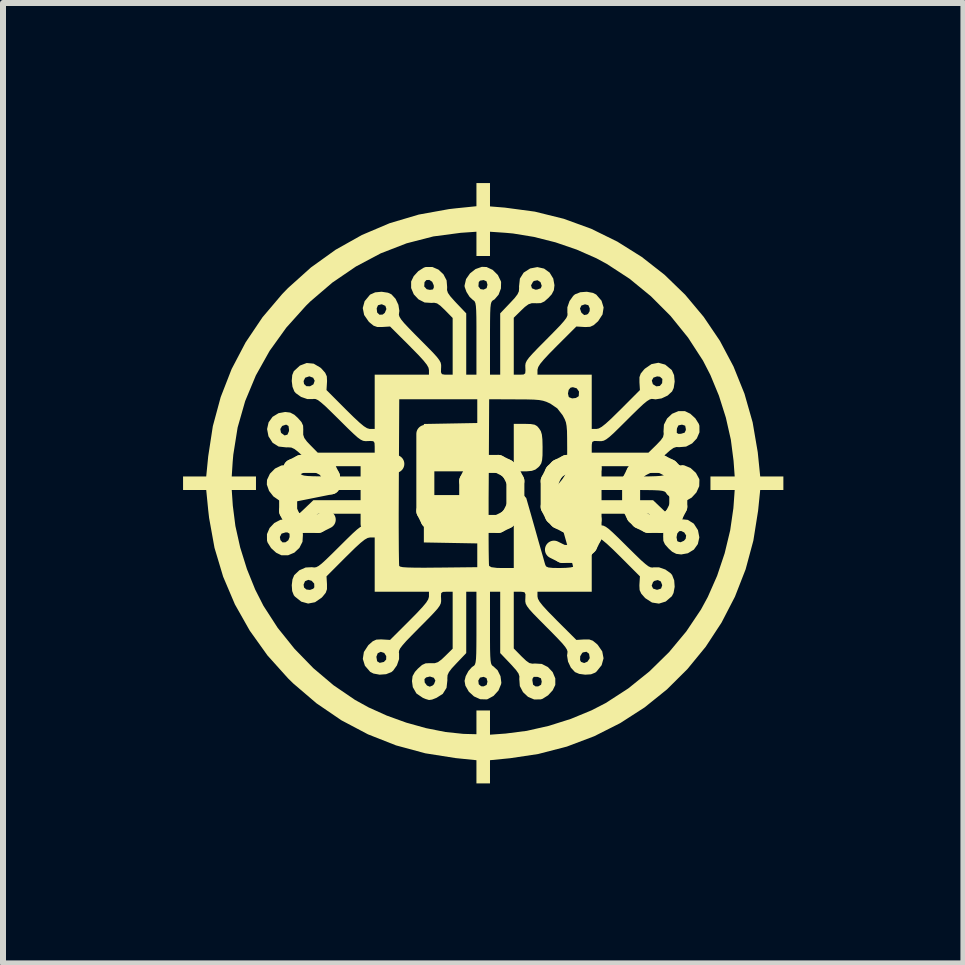
<source format=kicad_pcb>
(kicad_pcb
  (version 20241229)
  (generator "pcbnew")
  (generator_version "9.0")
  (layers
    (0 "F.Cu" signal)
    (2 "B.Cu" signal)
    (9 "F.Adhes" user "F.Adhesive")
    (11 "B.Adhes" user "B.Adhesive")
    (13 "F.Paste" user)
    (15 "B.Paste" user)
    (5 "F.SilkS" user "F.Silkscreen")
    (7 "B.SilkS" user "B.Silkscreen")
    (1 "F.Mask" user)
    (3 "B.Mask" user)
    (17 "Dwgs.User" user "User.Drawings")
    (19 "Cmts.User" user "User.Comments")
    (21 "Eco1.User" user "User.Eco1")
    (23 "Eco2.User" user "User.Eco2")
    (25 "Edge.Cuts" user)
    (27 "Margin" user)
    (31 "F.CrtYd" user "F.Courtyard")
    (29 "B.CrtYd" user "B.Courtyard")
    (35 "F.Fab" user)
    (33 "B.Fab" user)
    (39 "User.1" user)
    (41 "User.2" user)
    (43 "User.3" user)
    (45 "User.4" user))
  (footprint "erlogo"
    (layer "F.Cu")
    (at 5.001 5.001)
    (property "Reference" "erlogo" (at 0 0 0) (layer "F.SilkS") (effects (font (size 1.5 1.5) (thickness 0.3))))
    (attr board_only exclude_from_pos_files exclude_from_bom)
    (fp_poly (pts (xy 0.792 -0.986) (xy 0.856 -0.975) (xy 0.899 -0.95) (xy 0.93 -0.914) (xy 0.96 -0.868) (xy 0.977 -0.812) (xy 0.986 -0.73) (xy 0.989 -0.608) (xy 0.989 -0.588) (xy 0.988 -0.465) (xy 0.981 -0.384) (xy 0.967 -0.331) (xy 0.942 -0.291) (xy 0.92 -0.267) (xy 0.869 -0.227) (xy 0.81 -0.206) (xy 0.722 -0.198) (xy 0.679 -0.198) (xy 0.509 -0.198) (xy 0.509 -0.593) (xy 0.509 -0.989) (xy 0.69 -0.989)) (stroke (width 0) (type solid)) (fill yes) (layer "F.SilkS"))
    (fp_poly (pts (xy 0.113 -4.806) (xy 0.113 -4.612) (xy 0.36 -4.592) (xy 0.86 -4.525) (xy 1.341 -4.406) (xy 1.8 -4.239) (xy 2.235 -4.025) (xy 2.643 -3.769) (xy 3.021 -3.473) (xy 3.365 -3.14) (xy 3.673 -2.772) (xy 3.943 -2.373) (xy 4.17 -1.945) (xy 4.353 -1.491) (xy 4.489 -1.014) (xy 4.574 -0.517) (xy 4.58 -0.458) (xy 4.615 -0.113) (xy 4.808 -0.113) (xy 5.001 -0.113) (xy 5.001 0) (xy 5.001 0.113) (xy 4.808 0.113) (xy 4.615 0.113) (xy 4.58 0.458) (xy 4.501 0.956) (xy 4.372 1.435) (xy 4.194 1.891) (xy 3.971 2.322) (xy 3.707 2.725) (xy 3.402 3.097) (xy 3.062 3.435) (xy 2.688 3.736) (xy 2.283 3.997) (xy 1.851 4.215) (xy 1.394 4.388) (xy 0.915 4.512) (xy 0.448 4.582) (xy 0.113 4.615) (xy 0.113 4.808) (xy 0.113 5.001) (xy 0 5.001) (xy -0.113 5.001) (xy -0.113 4.808) (xy -0.113 4.615) (xy -0.458 4.58) (xy -0.965 4.5) (xy -1.453 4.368) (xy -1.92 4.184) (xy -2.363 3.95) (xy -2.778 3.667) (xy -3.164 3.337) (xy -3.251 3.252) (xy -3.595 2.869) (xy -3.89 2.456) (xy -4.137 2.019) (xy -4.333 1.558) (xy -4.477 1.077) (xy -4.567 0.579) (xy -4.582 0.448) (xy -4.615 0.113) (xy -4.19 0.113) (xy -4.172 0.374) (xy -4.129 0.713) (xy -4.049 1.071) (xy -3.937 1.43) (xy -3.799 1.772) (xy -3.662 2.042) (xy -3.424 2.41) (xy -3.144 2.759) (xy -2.831 3.081) (xy -2.493 3.367) (xy -2.138 3.609) (xy -1.91 3.735) (xy -1.606 3.872) (xy -1.282 3.989) (xy -0.952 4.081) (xy -0.631 4.145) (xy -0.335 4.176) (xy -0.275 4.178) (xy -0.113 4.182) (xy -0.113 3.984) (xy -0.113 3.786) (xy 0 3.786) (xy 0.113 3.786) (xy 0.113 3.988) (xy 0.113 4.19) (xy 0.374 4.171) (xy 0.725 4.126) (xy 1.092 4.043) (xy 1.459 3.927) (xy 1.805 3.784) (xy 2.042 3.662) (xy 2.417 3.419) (xy 2.771 3.134) (xy 3.096 2.815) (xy 3.384 2.469) (xy 3.628 2.105) (xy 3.742 1.895) (xy 3.897 1.543) (xy 4.023 1.167) (xy 4.115 0.785) (xy 4.168 0.417) (xy 4.172 0.366) (xy 4.19 0.113) (xy 3.988 0.113) (xy 3.786 0.113) (xy 3.786 0) (xy 3.786 -0.113) (xy 3.988 -0.113) (xy 4.19 -0.113) (xy 4.171 -0.374) (xy 4.126 -0.725) (xy 4.043 -1.092) (xy 3.927 -1.459) (xy 3.784 -1.805) (xy 3.662 -2.042) (xy 3.413 -2.426) (xy 3.122 -2.786) (xy 2.794 -3.115) (xy 2.439 -3.406) (xy 2.062 -3.652) (xy 1.885 -3.748) (xy 1.558 -3.892) (xy 1.205 -4.013) (xy 0.844 -4.104) (xy 0.496 -4.161) (xy 0.374 -4.172) (xy 0.113 -4.19) (xy 0.113 -3.988) (xy 0.113 -3.786) (xy 0 -3.786) (xy -0.113 -3.786) (xy -0.113 -3.988) (xy -0.113 -4.19) (xy -0.374 -4.172) (xy -0.83 -4.112) (xy -1.276 -3.997) (xy -1.707 -3.83) (xy -2.12 -3.611) (xy -2.513 -3.343) (xy -2.882 -3.027) (xy -2.955 -2.955) (xy -3.281 -2.592) (xy -3.559 -2.205) (xy -3.788 -1.796) (xy -3.966 -1.369) (xy -4.092 -0.928) (xy -4.164 -0.475) (xy -4.174 -0.36) (xy -4.19 -0.113) (xy -3.988 -0.113) (xy -3.786 -0.113) (xy -3.786 0) (xy -3.786 0.113) (xy -3.988 0.113) (xy -4.19 0.113) (xy -4.615 0.113) (xy -4.808 0.113) (xy -5.001 0.113) (xy -5.001 0) (xy -5.001 -0.113) (xy -4.808 -0.113) (xy -4.615 -0.113) (xy -4.582 -0.448) (xy -4.505 -0.95) (xy -4.374 -1.435) (xy -4.192 -1.902) (xy -3.959 -2.346) (xy -3.678 -2.764) (xy -3.349 -3.152) (xy -3.252 -3.252) (xy -2.87 -3.595) (xy -2.459 -3.89) (xy -2.021 -4.136) (xy -1.559 -4.332) (xy -1.074 -4.476) (xy -0.57 -4.567) (xy -0.458 -4.58) (xy -0.113 -4.615) (xy -0.113 -4.808) (xy -0.113 -5.001) (xy 0 -5.001) (xy 0.113 -5.001)) (stroke (width 0) (type solid)) (fill yes) (layer "F.SilkS"))
    (fp_poly (pts (xy 0.056 -3.602) (xy 0.158 -3.554) (xy 0.244 -3.469) (xy 0.295 -3.364) (xy 0.298 -3.348) (xy 0.295 -3.244) (xy 0.256 -3.141) (xy 0.19 -3.064) (xy 0.169 -3.051) (xy 0.151 -3.039) (xy 0.137 -3.018) (xy 0.127 -2.983) (xy 0.12 -2.925) (xy 0.116 -2.837) (xy 0.114 -2.712) (xy 0.113 -2.543) (xy 0.113 -2.415) (xy 0.113 -1.808) (xy 0.198 -1.808) (xy 0.283 -1.808) (xy 0.283 -2.319) (xy 0.283 -2.83) (xy 0.444 -2.999) (xy 0.524 -3.085) (xy 0.571 -3.147) (xy 0.594 -3.197) (xy 0.598 -3.251) (xy 0.597 -3.281) (xy 0.599 -3.297) (xy 0.797 -3.297) (xy 0.812 -3.248) (xy 0.869 -3.225) (xy 0.897 -3.226) (xy 0.959 -3.248) (xy 0.975 -3.288) (xy 0.954 -3.351) (xy 0.905 -3.382) (xy 0.847 -3.37) (xy 0.83 -3.357) (xy 0.797 -3.297) (xy 0.599 -3.297) (xy 0.611 -3.409) (xy 0.674 -3.509) (xy 0.782 -3.578) (xy 0.902 -3.601) (xy 1.014 -3.576) (xy 1.106 -3.51) (xy 1.167 -3.41) (xy 1.187 -3.299) (xy 1.177 -3.216) (xy 1.141 -3.147) (xy 1.088 -3.089) (xy 1.019 -3.028) (xy 0.96 -3.001) (xy 0.885 -2.998) (xy 0.877 -2.999) (xy 0.808 -2.999) (xy 0.754 -2.981) (xy 0.694 -2.937) (xy 0.636 -2.882) (xy 0.509 -2.757) (xy 0.509 -2.283) (xy 0.509 -1.808) (xy 0.609 -1.808) (xy 0.672 -1.811) (xy 0.7 -1.831) (xy 0.704 -1.883) (xy 0.702 -1.922) (xy 0.701 -1.964) (xy 0.707 -2.002) (xy 0.726 -2.042) (xy 0.762 -2.092) (xy 0.822 -2.159) (xy 0.91 -2.251) (xy 1.031 -2.373) (xy 1.058 -2.4) (xy 1.187 -2.531) (xy 1.282 -2.629) (xy 1.345 -2.701) (xy 1.384 -2.752) (xy 1.402 -2.791) (xy 1.405 -2.822) (xy 1.402 -2.836) (xy 1.402 -2.909) (xy 1.612 -2.909) (xy 1.634 -2.846) (xy 1.64 -2.838) (xy 1.682 -2.802) (xy 1.727 -2.81) (xy 1.747 -2.822) (xy 1.773 -2.866) (xy 1.775 -2.913) (xy 1.752 -2.966) (xy 1.696 -2.981) (xy 1.635 -2.96) (xy 1.612 -2.909) (xy 1.402 -2.909) (xy 1.402 -2.931) (xy 1.438 -3.035) (xy 1.5 -3.122) (xy 1.529 -3.147) (xy 1.618 -3.182) (xy 1.726 -3.19) (xy 1.829 -3.171) (xy 1.883 -3.143) (xy 1.971 -3.041) (xy 2.006 -2.928) (xy 1.988 -2.812) (xy 1.916 -2.701) (xy 1.908 -2.693) (xy 1.84 -2.633) (xy 1.781 -2.606) (xy 1.705 -2.602) (xy 1.681 -2.603) (xy 1.552 -2.611) (xy 1.228 -2.288) (xy 1.101 -2.159) (xy 1.01 -2.061) (xy 0.95 -1.989) (xy 0.917 -1.936) (xy 0.905 -1.895) (xy 0.904 -1.886) (xy 0.904 -1.808) (xy 1.356 -1.808) (xy 1.808 -1.808) (xy 1.808 -1.356) (xy 1.808 -0.904) (xy 1.886 -0.904) (xy 1.925 -0.912) (xy 1.975 -0.94) (xy 2.042 -0.993) (xy 2.133 -1.076) (xy 2.254 -1.195) (xy 2.288 -1.228) (xy 2.611 -1.552) (xy 2.603 -1.681) (xy 2.603 -1.71) (xy 2.809 -1.71) (xy 2.826 -1.652) (xy 2.828 -1.649) (xy 2.884 -1.614) (xy 2.943 -1.621) (xy 2.981 -1.667) (xy 2.985 -1.737) (xy 2.945 -1.774) (xy 2.897 -1.78) (xy 2.836 -1.759) (xy 2.809 -1.71) (xy 2.603 -1.71) (xy 2.603 -1.766) (xy 2.624 -1.826) (xy 2.675 -1.889) (xy 2.693 -1.908) (xy 2.803 -1.984) (xy 2.919 -2.007) (xy 3.032 -1.976) (xy 3.135 -1.891) (xy 3.143 -1.883) (xy 3.18 -1.8) (xy 3.19 -1.693) (xy 3.174 -1.587) (xy 3.147 -1.529) (xy 3.072 -1.46) (xy 2.972 -1.413) (xy 2.871 -1.397) (xy 2.836 -1.402) (xy 2.806 -1.405) (xy 2.773 -1.395) (xy 2.728 -1.367) (xy 2.667 -1.317) (xy 2.583 -1.238) (xy 2.469 -1.127) (xy 2.4 -1.058) (xy 2.27 -0.929) (xy 2.174 -0.835) (xy 2.103 -0.771) (xy 2.05 -0.731) (xy 2.009 -0.709) (xy 1.971 -0.701) (xy 1.931 -0.701) (xy 1.922 -0.702) (xy 1.85 -0.704) (xy 1.817 -0.688) (xy 1.809 -0.643) (xy 1.808 -0.609) (xy 1.808 -0.509) (xy 2.281 -0.509) (xy 2.753 -0.509) (xy 2.886 -0.639) (xy 2.958 -0.715) (xy 2.996 -0.769) (xy 3.007 -0.818) (xy 3.006 -0.839) (xy 3.225 -0.839) (xy 3.253 -0.822) (xy 3.297 -0.824) (xy 3.356 -0.842) (xy 3.376 -0.885) (xy 3.376 -0.904) (xy 3.365 -0.958) (xy 3.319 -0.974) (xy 3.306 -0.975) (xy 3.252 -0.963) (xy 3.229 -0.916) (xy 3.226 -0.895) (xy 3.225 -0.839) (xy 3.006 -0.839) (xy 3.004 -0.861) (xy 3.011 -0.976) (xy 3.063 -1.078) (xy 3.147 -1.157) (xy 3.252 -1.201) (xy 3.361 -1.201) (xy 3.45 -1.158) (xy 3.534 -1.081) (xy 3.592 -0.989) (xy 3.602 -0.958) (xy 3.603 -0.848) (xy 3.559 -0.746) (xy 3.481 -0.663) (xy 3.38 -0.61) (xy 3.269 -0.601) (xy 3.267 -0.601) (xy 3.218 -0.603) (xy 3.171 -0.588) (xy 3.114 -0.548) (xy 3.033 -0.476) (xy 3.004 -0.449) (xy 2.83 -0.283) (xy 2.319 -0.283) (xy 1.808 -0.283) (xy 1.808 -0.198) (xy 1.808 -0.113) (xy 2.415 -0.113) (xy 2.615 -0.113) (xy 2.766 -0.114) (xy 2.876 -0.117) (xy 2.951 -0.122) (xy 2.999 -0.13) (xy 3.028 -0.142) (xy 3.044 -0.157) (xy 3.051 -0.169) (xy 3.117 -0.24) (xy 3.215 -0.288) (xy 3.322 -0.302) (xy 3.348 -0.298) (xy 3.454 -0.254) (xy 3.544 -0.172) (xy 3.599 -0.071) (xy 3.602 -0.056) (xy 3.599 0.05) (xy 3.552 0.154) (xy 3.473 0.24) (xy 3.373 0.297) (xy 3.293 0.311) (xy 3.215 0.292) (xy 3.129 0.246) (xy 3.064 0.188) (xy 3.051 0.169) (xy 3.039 0.151) (xy 3.018 0.137) (xy 2.983 0.127) (xy 2.925 0.12) (xy 2.837 0.116) (xy 2.712 0.114) (xy 2.543 0.113) (xy 2.415 0.113) (xy 1.808 0.113) (xy 1.808 0.198) (xy 1.808 0.283) (xy 2.319 0.283) (xy 2.83 0.283) (xy 2.999 0.444) (xy 3.085 0.524) (xy 3.147 0.571) (xy 3.197 0.594) (xy 3.251 0.598) (xy 3.281 0.597) (xy 3.409 0.611) (xy 3.509 0.674) (xy 3.578 0.782) (xy 3.601 0.902) (xy 3.576 1.014) (xy 3.51 1.106) (xy 3.41 1.167) (xy 3.299 1.187) (xy 3.216 1.177) (xy 3.147 1.141) (xy 3.089 1.088) (xy 3.028 1.019) (xy 3.001 0.96) (xy 2.999 0.901) (xy 3.221 0.901) (xy 3.232 0.959) (xy 3.241 0.971) (xy 3.288 0.984) (xy 3.344 0.959) (xy 3.373 0.926) (xy 3.381 0.871) (xy 3.35 0.821) (xy 3.298 0.796) (xy 3.265 0.8) (xy 3.233 0.838) (xy 3.221 0.901) (xy 2.999 0.901) (xy 2.998 0.885) (xy 2.999 0.877) (xy 2.999 0.808) (xy 2.981 0.754) (xy 2.937 0.694) (xy 2.882 0.636) (xy 2.757 0.509) (xy 2.283 0.509) (xy 1.808 0.509) (xy 1.808 0.609) (xy 1.811 0.672) (xy 1.831 0.7) (xy 1.883 0.704) (xy 1.922 0.702) (xy 1.964 0.701) (xy 2.002 0.707) (xy 2.042 0.726) (xy 2.092 0.762) (xy 2.159 0.822) (xy 2.251 0.91) (xy 2.373 1.031) (xy 2.4 1.058) (xy 2.531 1.187) (xy 2.629 1.282) (xy 2.701 1.345) (xy 2.752 1.384) (xy 2.791 1.402) (xy 2.822 1.405) (xy 2.836 1.402) (xy 2.931 1.402) (xy 3.035 1.438) (xy 3.122 1.5) (xy 3.147 1.529) (xy 3.182 1.618) (xy 3.19 1.726) (xy 3.171 1.829) (xy 3.143 1.883) (xy 3.041 1.971) (xy 2.928 2.006) (xy 2.812 1.988) (xy 2.701 1.916) (xy 2.693 1.908) (xy 2.633 1.84) (xy 2.606 1.781) (xy 2.602 1.707) (xy 2.807 1.707) (xy 2.83 1.755) (xy 2.89 1.775) (xy 2.907 1.774) (xy 2.963 1.755) (xy 2.981 1.705) (xy 2.981 1.695) (xy 2.959 1.637) (xy 2.909 1.613) (xy 2.851 1.628) (xy 2.829 1.648) (xy 2.807 1.707) (xy 2.602 1.707) (xy 2.602 1.705) (xy 2.603 1.681) (xy 2.611 1.552) (xy 2.288 1.228) (xy 2.159 1.101) (xy 2.061 1.01) (xy 1.989 0.95) (xy 1.936 0.917) (xy 1.895 0.905) (xy 1.886 0.904) (xy 1.808 0.904) (xy 1.808 1.356) (xy 1.808 1.808) (xy 1.356 1.808) (xy 0.904 1.808) (xy 0.904 1.886) (xy 0.912 1.925) (xy 0.94 1.975) (xy 0.993 2.042) (xy 1.076 2.133) (xy 1.195 2.254) (xy 1.228 2.288) (xy 1.552 2.611) (xy 1.681 2.603) (xy 1.766 2.603) (xy 1.826 2.624) (xy 1.889 2.675) (xy 1.908 2.693) (xy 1.983 2.802) (xy 2.005 2.917) (xy 1.973 3.032) (xy 1.889 3.137) (xy 1.866 3.156) (xy 1.796 3.184) (xy 1.699 3.19) (xy 1.6 3.177) (xy 1.529 3.147) (xy 1.46 3.072) (xy 1.413 2.972) (xy 1.409 2.947) (xy 1.614 2.947) (xy 1.63 2.977) (xy 1.682 2.996) (xy 1.736 2.974) (xy 1.771 2.923) (xy 1.774 2.907) (xy 1.763 2.841) (xy 1.72 2.808) (xy 1.662 2.819) (xy 1.649 2.828) (xy 1.616 2.883) (xy 1.614 2.947) (xy 1.409 2.947) (xy 1.397 2.871) (xy 1.402 2.836) (xy 1.405 2.806) (xy 1.395 2.773) (xy 1.367 2.728) (xy 1.317 2.667) (xy 1.238 2.583) (xy 1.127 2.469) (xy 1.058 2.4) (xy 0.929 2.27) (xy 0.835 2.174) (xy 0.771 2.103) (xy 0.731 2.05) (xy 0.709 2.009) (xy 0.701 1.971) (xy 0.701 1.931) (xy 0.702 1.922) (xy 0.704 1.85) (xy 0.688 1.817) (xy 0.643 1.809) (xy 0.609 1.808) (xy 0.509 1.808) (xy 0.509 2.281) (xy 0.509 2.753) (xy 0.639 2.886) (xy 0.715 2.958) (xy 0.769 2.996) (xy 0.818 3.007) (xy 0.861 3.004) (xy 0.976 3.011) (xy 1.078 3.063) (xy 1.157 3.147) (xy 1.201 3.252) (xy 1.201 3.361) (xy 1.158 3.45) (xy 1.081 3.534) (xy 0.989 3.592) (xy 0.958 3.602) (xy 0.848 3.603) (xy 0.746 3.559) (xy 0.663 3.481) (xy 0.61 3.38) (xy 0.603 3.285) (xy 0.819 3.285) (xy 0.831 3.357) (xy 0.873 3.386) (xy 0.917 3.385) (xy 0.964 3.358) (xy 0.975 3.306) (xy 0.962 3.251) (xy 0.914 3.229) (xy 0.897 3.226) (xy 0.841 3.227) (xy 0.821 3.258) (xy 0.819 3.285) (xy 0.603 3.285) (xy 0.601 3.269) (xy 0.601 3.267) (xy 0.603 3.218) (xy 0.588 3.171) (xy 0.548 3.114) (xy 0.476 3.033) (xy 0.449 3.004) (xy 0.283 2.83) (xy 0.283 2.319) (xy 0.283 1.808) (xy 0.198 1.808) (xy 0.113 1.808) (xy 0.113 2.415) (xy 0.113 2.615) (xy 0.114 2.766) (xy 0.117 2.876) (xy 0.122 2.951) (xy 0.13 2.999) (xy 0.142 3.028) (xy 0.157 3.044) (xy 0.169 3.051) (xy 0.24 3.117) (xy 0.288 3.215) (xy 0.302 3.322) (xy 0.298 3.348) (xy 0.254 3.454) (xy 0.172 3.544) (xy 0.071 3.599) (xy 0.056 3.602) (xy -0.05 3.599) (xy -0.154 3.552) (xy -0.24 3.473) (xy -0.297 3.373) (xy -0.311 3.293) (xy -0.31 3.289) (xy -0.082 3.289) (xy -0.074 3.35) (xy -0.034 3.383) (xy 0.007 3.385) (xy 0.057 3.361) (xy 0.071 3.306) (xy 0.055 3.247) (xy 0.007 3.226) (xy -0.053 3.239) (xy -0.082 3.289) (xy -0.31 3.289) (xy -0.292 3.215) (xy -0.246 3.129) (xy -0.188 3.064) (xy -0.169 3.051) (xy -0.151 3.039) (xy -0.137 3.018) (xy -0.127 2.983) (xy -0.12 2.925) (xy -0.116 2.837) (xy -0.114 2.712) (xy -0.113 2.543) (xy -0.113 2.415) (xy -0.113 1.808) (xy -0.198 1.808) (xy -0.283 1.808) (xy -0.283 2.319) (xy -0.283 2.83) (xy -0.444 2.999) (xy -0.524 3.085) (xy -0.571 3.147) (xy -0.594 3.197) (xy -0.598 3.251) (xy -0.597 3.281) (xy -0.611 3.409) (xy -0.674 3.51) (xy -0.778 3.576) (xy -0.852 3.605) (xy -0.903 3.612) (xy -0.958 3.596) (xy -1.006 3.576) (xy -1.113 3.503) (xy -1.173 3.398) (xy -1.187 3.297) (xy -1.183 3.264) (xy -0.979 3.264) (xy -0.975 3.32) (xy -0.937 3.371) (xy -0.89 3.39) (xy -0.844 3.371) (xy -0.82 3.348) (xy -0.797 3.289) (xy -0.822 3.242) (xy -0.886 3.221) (xy -0.89 3.221) (xy -0.951 3.236) (xy -0.979 3.264) (xy -1.183 3.264) (xy -1.177 3.214) (xy -1.138 3.144) (xy -1.088 3.089) (xy -1.019 3.028) (xy -0.96 3.001) (xy -0.885 2.998) (xy -0.877 2.999) (xy -0.808 2.999) (xy -0.754 2.981) (xy -0.694 2.937) (xy -0.636 2.882) (xy -0.509 2.757) (xy -0.509 2.283) (xy -0.509 1.808) (xy -0.609 1.808) (xy -0.672 1.811) (xy -0.7 1.831) (xy -0.704 1.883) (xy -0.702 1.922) (xy -0.701 1.964) (xy -0.707 2.002) (xy -0.726 2.042) (xy -0.762 2.092) (xy -0.822 2.159) (xy -0.91 2.251) (xy -1.031 2.373) (xy -1.058 2.4) (xy -1.187 2.531) (xy -1.282 2.629) (xy -1.345 2.701) (xy -1.384 2.752) (xy -1.402 2.791) (xy -1.405 2.822) (xy -1.402 2.836) (xy -1.402 2.931) (xy -1.438 3.035) (xy -1.5 3.122) (xy -1.529 3.147) (xy -1.618 3.182) (xy -1.726 3.19) (xy -1.829 3.171) (xy -1.883 3.143) (xy -1.971 3.041) (xy -2.006 2.928) (xy -2.001 2.894) (xy -1.78 2.894) (xy -1.767 2.967) (xy -1.725 2.993) (xy -1.655 2.978) (xy -1.617 2.938) (xy -1.616 2.88) (xy -1.649 2.828) (xy -1.707 2.809) (xy -1.758 2.833) (xy -1.78 2.892) (xy -1.78 2.894) (xy -2.001 2.894) (xy -1.988 2.812) (xy -1.916 2.701) (xy -1.908 2.693) (xy -1.84 2.633) (xy -1.781 2.606) (xy -1.705 2.602) (xy -1.681 2.603) (xy -1.552 2.611) (xy -1.228 2.288) (xy -1.101 2.159) (xy -1.01 2.061) (xy -0.95 1.989) (xy -0.917 1.936) (xy -0.905 1.895) (xy -0.904 1.886) (xy -0.904 1.808) (xy -1.356 1.808) (xy -1.808 1.808) (xy -1.808 1.356) (xy -1.808 0.904) (xy -1.886 0.904) (xy -1.925 0.912) (xy -1.975 0.94) (xy -2.042 0.993) (xy -2.133 1.076) (xy -2.254 1.195) (xy -2.288 1.228) (xy -2.611 1.552) (xy -2.603 1.681) (xy -2.603 1.766) (xy -2.624 1.826) (xy -2.675 1.889) (xy -2.693 1.908) (xy -2.802 1.983) (xy -2.917 2.005) (xy -3.032 1.973) (xy -3.137 1.889) (xy -3.156 1.866) (xy -3.183 1.797) (xy -3.19 1.7) (xy -3.189 1.69) (xy -2.993 1.69) (xy -2.985 1.738) (xy -2.946 1.771) (xy -2.886 1.778) (xy -2.832 1.758) (xy -2.814 1.734) (xy -2.816 1.673) (xy -2.858 1.626) (xy -2.914 1.61) (xy -2.969 1.633) (xy -2.993 1.69) (xy -3.189 1.69) (xy -3.178 1.602) (xy -3.149 1.532) (xy -3.064 1.451) (xy -2.958 1.404) (xy -2.851 1.399) (xy -2.848 1.4) (xy -2.815 1.404) (xy -2.782 1.399) (xy -2.743 1.379) (xy -2.69 1.338) (xy -2.618 1.272) (xy -2.519 1.176) (xy -2.399 1.057) (xy -2.27 0.929) (xy -2.173 0.835) (xy -2.102 0.771) (xy -2.05 0.731) (xy -2.008 0.709) (xy -1.971 0.701) (xy -1.93 0.701) (xy -1.922 0.702) (xy -1.85 0.704) (xy -1.817 0.688) (xy -1.809 0.643) (xy -1.808 0.609) (xy -1.808 0.509) (xy -2.281 0.509) (xy -2.753 0.509) (xy -2.886 0.639) (xy -2.958 0.715) (xy -2.996 0.769) (xy -3.007 0.818) (xy -3.004 0.861) (xy -3.011 0.976) (xy -3.063 1.078) (xy -3.147 1.157) (xy -3.252 1.201) (xy -3.361 1.201) (xy -3.45 1.158) (xy -3.534 1.081) (xy -3.592 0.989) (xy -3.602 0.958) (xy -3.603 0.896) (xy -3.388 0.896) (xy -3.379 0.948) (xy -3.343 0.986) (xy -3.293 0.984) (xy -3.247 0.95) (xy -3.226 0.897) (xy -3.227 0.841) (xy -3.259 0.821) (xy -3.291 0.819) (xy -3.36 0.84) (xy -3.388 0.896) (xy -3.603 0.896) (xy -3.603 0.848) (xy -3.559 0.746) (xy -3.481 0.663) (xy -3.38 0.61) (xy -3.269 0.601) (xy -3.267 0.601) (xy -3.218 0.603) (xy -3.171 0.588) (xy -3.114 0.548) (xy -3.063 0.502) (xy -1.408 0.502) (xy -1.408 0.737) (xy -1.407 0.944) (xy -1.406 1.116) (xy -1.404 1.25) (xy -1.402 1.339) (xy -1.4 1.377) (xy -1.4 1.378) (xy -1.382 1.39) (xy -1.338 1.399) (xy -1.26 1.404) (xy -1.143 1.407) (xy -0.982 1.408) (xy -0.771 1.406) (xy -0.742 1.406) (xy -0.099 1.399) (xy -0.099 1.201) (xy -0.099 1.003) (xy -0.544 0.995) (xy -0.989 0.987) (xy -0.989 0.737) (xy 0.09 0.737) (xy 0.09 0.943) (xy 0.091 1.116) (xy 0.093 1.25) (xy 0.095 1.339) (xy 0.098 1.377) (xy 0.098 1.377) (xy 0.135 1.399) (xy 0.228 1.411) (xy 0.31 1.413) (xy 0.509 1.413) (xy 0.509 0.805) (xy 0.509 0.198) (xy 0.606 0.198) (xy 0.683 0.21) (xy 0.717 0.247) (xy 0.729 0.289) (xy 0.754 0.376) (xy 0.789 0.498) (xy 0.831 0.646) (xy 0.876 0.805) (xy 0.922 0.969) (xy 0.964 1.116) (xy 0.999 1.237) (xy 1.023 1.323) (xy 1.035 1.363) (xy 1.05 1.388) (xy 1.087 1.404) (xy 1.157 1.411) (xy 1.271 1.413) (xy 1.273 1.413) (xy 1.378 1.41) (xy 1.456 1.403) (xy 1.495 1.394) (xy 1.497 1.391) (xy 1.49 1.359) (xy 1.469 1.28) (xy 1.437 1.163) (xy 1.395 1.015) (xy 1.347 0.845) (xy 1.317 0.74) (xy 1.26 0.54) (xy 1.217 0.387) (xy 1.187 0.274) (xy 1.169 0.195) (xy 1.162 0.142) (xy 1.164 0.109) (xy 1.174 0.089) (xy 1.19 0.074) (xy 1.193 0.072) (xy 1.243 0.026) (xy 3.226 0.026) (xy 3.259 0.071) (xy 3.313 0.08) (xy 3.363 0.055) (xy 3.376 0) (xy 3.361 -0.058) (xy 3.313 -0.08) (xy 3.253 -0.069) (xy 3.232 -0.044) (xy 3.226 0.026) (xy 1.243 0.026) (xy 1.243 0.025) (xy 1.303 -0.047) (xy 1.324 -0.075) (xy 1.353 -0.12) (xy 1.373 -0.163) (xy 1.387 -0.214) (xy 1.394 -0.285) (xy 1.398 -0.386) (xy 1.399 -0.529) (xy 1.399 -0.593) (xy 1.398 -0.755) (xy 1.396 -0.871) (xy 1.389 -0.954) (xy 1.378 -1.014) (xy 1.359 -1.065) (xy 1.332 -1.116) (xy 1.322 -1.134) (xy 1.234 -1.247) (xy 1.117 -1.327) (xy 1.11 -1.33) (xy 1.053 -1.356) (xy 0.997 -1.374) (xy 0.931 -1.386) (xy 0.843 -1.393) (xy 0.722 -1.396) (xy 0.557 -1.397) (xy 0.537 -1.397) (xy 0.099 -1.399) (xy 0.092 -0.028) (xy 0.09 0.245) (xy 0.09 0.502) (xy 0.09 0.737) (xy -0.989 0.737) (xy -0.989 0.593) (xy -0.989 0.198) (xy -0.636 0.198) (xy -0.283 0.198) (xy -0.283 0) (xy -0.283 -0.198) (xy -0.636 -0.198) (xy -0.989 -0.198) (xy -0.989 -0.593) (xy -0.989 -0.987) (xy -0.544 -0.995) (xy -0.099 -1.003) (xy -0.099 -1.201) (xy -0.099 -1.399) (xy -0.749 -1.399) (xy -1.399 -1.399) (xy -1.406 -0.028) (xy -1.407 0.245) (xy -1.408 0.502) (xy -3.063 0.502) (xy -3.033 0.476) (xy -3.004 0.449) (xy -2.83 0.283) (xy -2.319 0.283) (xy -1.808 0.283) (xy -1.808 0.198) (xy -1.808 0.113) (xy -2.415 0.113) (xy -2.615 0.113) (xy -2.766 0.114) (xy -2.876 0.117) (xy -2.951 0.122) (xy -2.999 0.13) (xy -3.028 0.142) (xy -3.044 0.157) (xy -3.051 0.169) (xy -3.105 0.227) (xy -3.187 0.279) (xy -3.27 0.309) (xy -3.293 0.311) (xy -3.401 0.286) (xy -3.496 0.22) (xy -3.568 0.128) (xy -3.605 0.023) (xy -3.604 -0.016) (xy -3.388 -0.016) (xy -3.379 0.044) (xy -3.34 0.078) (xy -3.299 0.08) (xy -3.248 0.055) (xy -3.235 0) (xy -3.251 -0.058) (xy -3.299 -0.08) (xy -3.359 -0.067) (xy -3.388 -0.016) (xy -3.604 -0.016) (xy -3.602 -0.056) (xy -3.554 -0.158) (xy -3.469 -0.244) (xy -3.364 -0.295) (xy -3.348 -0.298) (xy -3.244 -0.295) (xy -3.141 -0.256) (xy -3.064 -0.19) (xy -3.051 -0.169) (xy -3.039 -0.151) (xy -3.018 -0.137) (xy -2.983 -0.127) (xy -2.925 -0.12) (xy -2.837 -0.116) (xy -2.712 -0.114) (xy -2.543 -0.113) (xy -2.415 -0.113) (xy -1.808 -0.113) (xy -1.808 -0.198) (xy -1.808 -0.283) (xy -2.319 -0.283) (xy -2.83 -0.283) (xy -2.999 -0.444) (xy -3.085 -0.524) (xy -3.147 -0.571) (xy -3.197 -0.594) (xy -3.251 -0.598) (xy -3.281 -0.597) (xy -3.409 -0.611) (xy -3.509 -0.674) (xy -3.578 -0.782) (xy -3.601 -0.902) (xy -3.601 -0.903) (xy -3.381 -0.903) (xy -3.37 -0.845) (xy -3.363 -0.835) (xy -3.309 -0.796) (xy -3.262 -0.809) (xy -3.237 -0.866) (xy -3.235 -0.89) (xy -3.244 -0.953) (xy -3.278 -0.974) (xy -3.288 -0.975) (xy -3.35 -0.954) (xy -3.381 -0.903) (xy -3.601 -0.903) (xy -3.576 -1.014) (xy -3.51 -1.106) (xy -3.41 -1.167) (xy -3.299 -1.187) (xy -3.216 -1.177) (xy -3.147 -1.141) (xy -3.089 -1.088) (xy -3.028 -1.019) (xy -3.001 -0.96) (xy -2.998 -0.885) (xy -2.999 -0.877) (xy -2.999 -0.808) (xy -2.981 -0.754) (xy -2.937 -0.694) (xy -2.882 -0.636) (xy -2.757 -0.509) (xy -2.283 -0.509) (xy -1.808 -0.509) (xy -1.808 -0.609) (xy -1.811 -0.672) (xy -1.831 -0.7) (xy -1.883 -0.704) (xy -1.922 -0.702) (xy -1.964 -0.701) (xy -2.002 -0.707) (xy -2.042 -0.726) (xy -2.092 -0.762) (xy -2.159 -0.822) (xy -2.251 -0.91) (xy -2.373 -1.031) (xy -2.4 -1.058) (xy -2.531 -1.187) (xy -2.629 -1.282) (xy -2.701 -1.345) (xy -2.752 -1.384) (xy -2.791 -1.402) (xy -2.822 -1.405) (xy -2.836 -1.402) (xy -2.931 -1.402) (xy -3.035 -1.438) (xy -3.122 -1.5) (xy -3.147 -1.529) (xy -3.178 -1.607) (xy -3.19 -1.702) (xy -2.993 -1.702) (xy -2.985 -1.653) (xy -2.946 -1.617) (xy -2.886 -1.615) (xy -2.831 -1.646) (xy -2.828 -1.649) (xy -2.808 -1.707) (xy -2.833 -1.757) (xy -2.894 -1.78) (xy -2.9 -1.78) (xy -2.966 -1.758) (xy -2.993 -1.702) (xy -3.19 -1.702) (xy -3.19 -1.706) (xy -3.182 -1.802) (xy -3.156 -1.866) (xy -3.054 -1.96) (xy -2.941 -2.003) (xy -2.825 -1.992) (xy -2.714 -1.927) (xy -2.693 -1.908) (xy -2.633 -1.84) (xy -2.606 -1.781) (xy -2.602 -1.705) (xy -2.603 -1.681) (xy -2.611 -1.552) (xy -2.288 -1.228) (xy -2.159 -1.101) (xy -2.061 -1.01) (xy -1.989 -0.95) (xy -1.936 -0.917) (xy -1.895 -0.905) (xy -1.886 -0.904) (xy -1.808 -0.904) (xy -1.808 -1.356) (xy -1.808 -1.494) (xy 1.412 -1.494) (xy 1.425 -1.439) (xy 1.432 -1.432) (xy 1.481 -1.413) (xy 1.543 -1.42) (xy 1.588 -1.447) (xy 1.592 -1.455) (xy 1.596 -1.527) (xy 1.558 -1.581) (xy 1.494 -1.6) (xy 1.455 -1.592) (xy 1.424 -1.555) (xy 1.412 -1.494) (xy -1.808 -1.494) (xy -1.808 -1.808) (xy -1.356 -1.808) (xy -0.904 -1.808) (xy -0.904 -1.886) (xy -0.912 -1.925) (xy -0.94 -1.975) (xy -0.993 -2.042) (xy -1.076 -2.133) (xy -1.195 -2.254) (xy -1.228 -2.288) (xy -1.552 -2.611) (xy -1.681 -2.603) (xy -1.766 -2.603) (xy -1.826 -2.624) (xy -1.889 -2.675) (xy -1.908 -2.693) (xy -1.984 -2.803) (xy -2.006 -2.913) (xy -1.775 -2.913) (xy -1.767 -2.844) (xy -1.728 -2.807) (xy -1.675 -2.81) (xy -1.64 -2.838) (xy -1.613 -2.902) (xy -1.63 -2.955) (xy -1.686 -2.98) (xy -1.696 -2.981) (xy -1.753 -2.965) (xy -1.775 -2.913) (xy -2.006 -2.913) (xy -2.007 -2.919) (xy -1.976 -3.032) (xy -1.891 -3.135) (xy -1.883 -3.143) (xy -1.8 -3.18) (xy -1.693 -3.19) (xy -1.587 -3.174) (xy -1.529 -3.147) (xy -1.46 -3.072) (xy -1.413 -2.972) (xy -1.397 -2.871) (xy -1.402 -2.836) (xy -1.405 -2.806) (xy -1.395 -2.773) (xy -1.367 -2.728) (xy -1.317 -2.667) (xy -1.238 -2.583) (xy -1.127 -2.469) (xy -1.058 -2.4) (xy -0.929 -2.27) (xy -0.835 -2.174) (xy -0.771 -2.103) (xy -0.731 -2.05) (xy -0.709 -2.009) (xy -0.701 -1.971) (xy -0.701 -1.931) (xy -0.702 -1.922) (xy -0.704 -1.85) (xy -0.688 -1.817) (xy -0.643 -1.809) (xy -0.609 -1.808) (xy -0.509 -1.808) (xy -0.509 -2.281) (xy -0.509 -2.753) (xy -0.639 -2.886) (xy -0.715 -2.958) (xy -0.769 -2.996) (xy -0.818 -3.007) (xy -0.861 -3.004) (xy -0.976 -3.011) (xy -1.078 -3.063) (xy -1.157 -3.147) (xy -1.201 -3.252) (xy -1.201 -3.278) (xy -0.983 -3.278) (xy -0.941 -3.232) (xy -0.889 -3.221) (xy -0.837 -3.229) (xy -0.822 -3.265) (xy -0.825 -3.299) (xy -0.85 -3.356) (xy -0.897 -3.387) (xy -0.947 -3.385) (xy -0.978 -3.35) (xy -0.983 -3.278) (xy -1.201 -3.278) (xy -1.201 -3.361) (xy -1.158 -3.45) (xy -1.081 -3.534) (xy -0.989 -3.592) (xy -0.958 -3.602) (xy -0.848 -3.603) (xy -0.746 -3.559) (xy -0.663 -3.481) (xy -0.61 -3.38) (xy -0.601 -3.269) (xy -0.601 -3.267) (xy -0.603 -3.218) (xy -0.588 -3.171) (xy -0.548 -3.114) (xy -0.476 -3.033) (xy -0.449 -3.004) (xy -0.283 -2.83) (xy -0.283 -2.319) (xy -0.283 -1.808) (xy -0.198 -1.808) (xy -0.113 -1.808) (xy -0.113 -2.415) (xy -0.113 -2.615) (xy -0.114 -2.766) (xy -0.117 -2.876) (xy -0.122 -2.951) (xy -0.13 -2.999) (xy -0.142 -3.028) (xy -0.157 -3.044) (xy -0.169 -3.051) (xy -0.227 -3.105) (xy -0.279 -3.187) (xy -0.309 -3.27) (xy -0.31 -3.28) (xy -0.08 -3.28) (xy -0.046 -3.234) (xy 0.007 -3.226) (xy 0.057 -3.25) (xy 0.071 -3.306) (xy 0.055 -3.364) (xy 0.007 -3.385) (xy -0.053 -3.375) (xy -0.074 -3.35) (xy -0.08 -3.28) (xy -0.31 -3.28) (xy -0.311 -3.293) (xy -0.286 -3.401) (xy -0.22 -3.496) (xy -0.128 -3.568) (xy -0.023 -3.605)) (stroke (width 0) (type solid)) (fill yes) (layer "F.SilkS")))
  (gr_rect
    (start -3 -3)
    (end 13.002 13.002)
    (stroke (width 0.1) (type default))
    (fill no)
    (layer "Edge.Cuts")))
</source>
